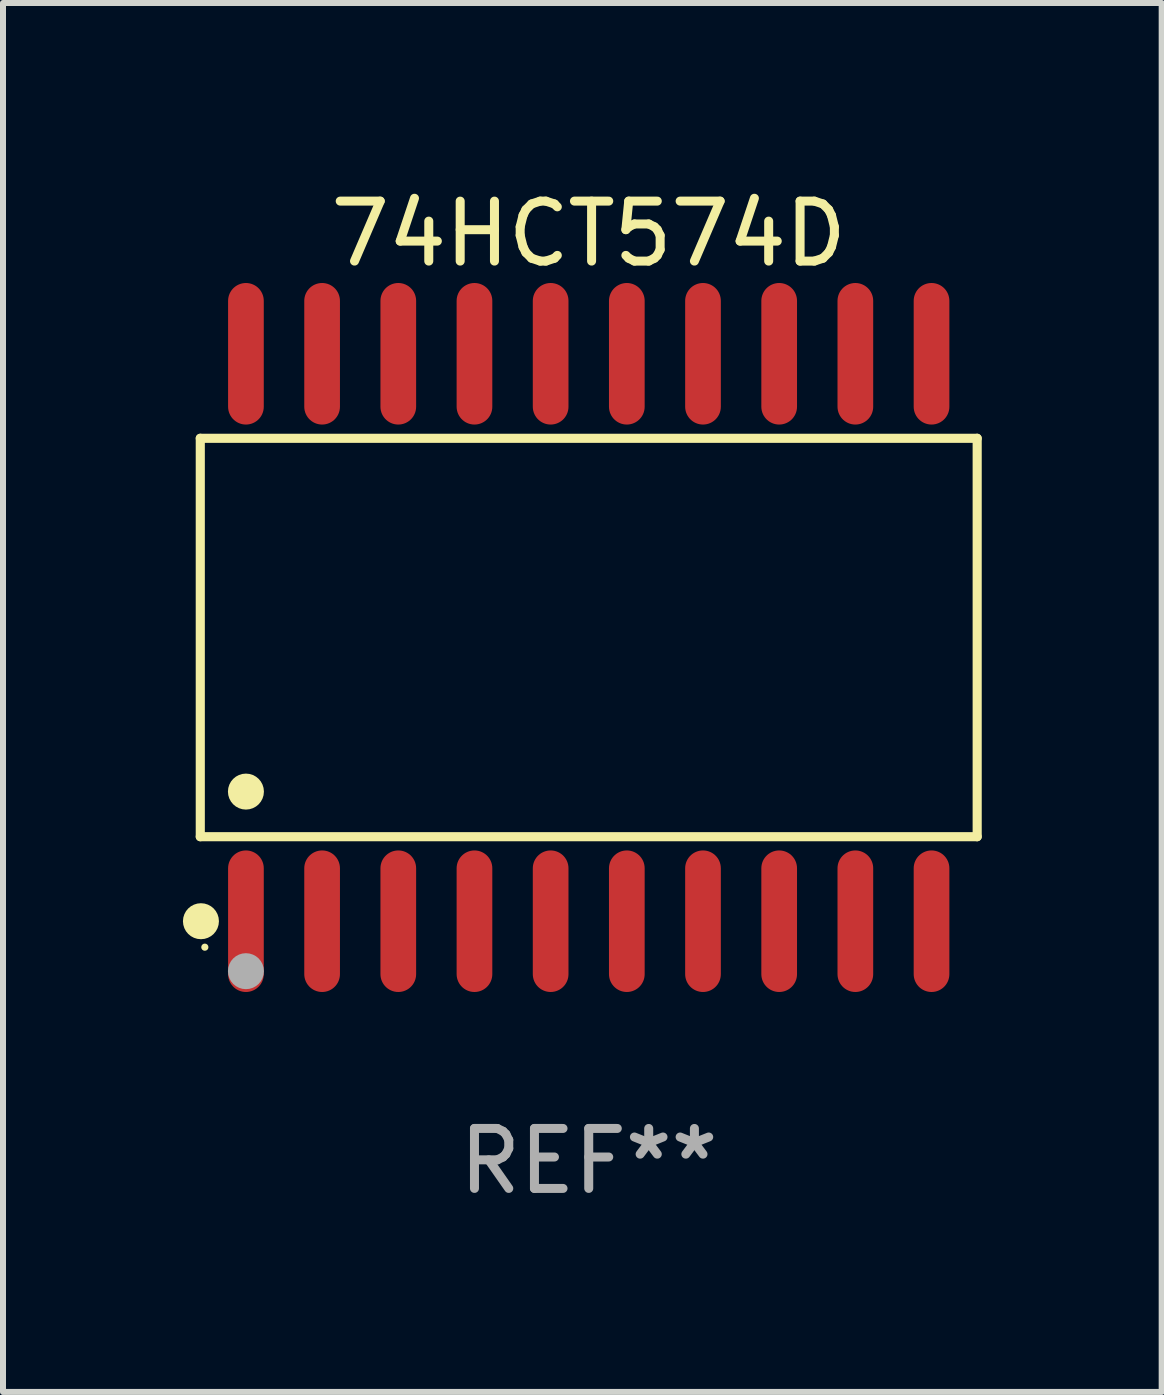
<source format=kicad_pcb>
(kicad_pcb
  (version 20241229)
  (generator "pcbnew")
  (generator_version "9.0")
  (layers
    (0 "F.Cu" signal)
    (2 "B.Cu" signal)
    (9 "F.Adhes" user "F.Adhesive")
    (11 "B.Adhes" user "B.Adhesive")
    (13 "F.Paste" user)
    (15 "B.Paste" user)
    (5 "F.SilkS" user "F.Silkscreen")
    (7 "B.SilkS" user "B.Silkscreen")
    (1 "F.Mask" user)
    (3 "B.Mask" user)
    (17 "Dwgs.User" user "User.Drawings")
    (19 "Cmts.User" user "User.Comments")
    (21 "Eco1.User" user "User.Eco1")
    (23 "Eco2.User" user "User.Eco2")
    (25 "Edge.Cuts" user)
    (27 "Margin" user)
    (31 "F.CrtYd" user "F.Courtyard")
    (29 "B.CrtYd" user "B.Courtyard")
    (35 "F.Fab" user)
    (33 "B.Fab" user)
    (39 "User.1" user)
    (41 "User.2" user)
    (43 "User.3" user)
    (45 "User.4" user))
  (footprint "74HCT574D"
    (layer "F.Cu")
    (at 6.765 7.578)
    (property "Reference" "74HCT574D" (at 0 -6.73 0) (layer "F.SilkS") (effects (font (size 1 1) (thickness 0.15))))
    (attr through_hole)
    (fp_line (start -6.476 -3.321) (end 6.476 -3.321) (stroke (width 0.152) (type solid)) (layer "F.SilkS"))
    (fp_line (start -6.476 3.321) (end -6.476 -3.321) (stroke (width 0.152) (type solid)) (layer "F.SilkS"))
    (fp_line (start 6.476 -3.321) (end 6.476 3.321) (stroke (width 0.152) (type solid)) (layer "F.SilkS"))
    (fp_line (start 6.476 3.321) (end -6.476 3.321) (stroke (width 0.152) (type solid)) (layer "F.SilkS"))
    (fp_circle (center -6.465 4.73) (end -6.315 4.73) (stroke (width 0.3) (type solid)) (fill no) (layer "F.SilkS"))
    (fp_circle (center -6.4 5.163) (end -6.37 5.163) (stroke (width 0.06) (type solid)) (fill no) (layer "F.SilkS"))
    (fp_circle (center -5.715 2.569) (end -5.565 2.569) (stroke (width 0.3) (type solid)) (fill no) (layer "F.SilkS"))
    (fp_circle (center -5.715 5.563) (end -5.565 5.563) (stroke (width 0.3) (type solid)) (fill no) (layer "F.Fab"))
    (fp_text user "REF**" (at 0 8.73 0) (layer "F.Fab") (effects (font (size 1 1) (thickness 0.15))))
    (pad "1" smd oval (at -5.715 4.73) (size 0.595 2.36) (layers "F.Cu" "F.Mask" "F.Paste"))
    (pad "2" smd oval (at -4.445 4.73) (size 0.595 2.36) (layers "F.Cu" "F.Mask" "F.Paste"))
    (pad "3" smd oval (at -3.175 4.73) (size 0.595 2.36) (layers "F.Cu" "F.Mask" "F.Paste"))
    (pad "4" smd oval (at -1.905 4.73) (size 0.595 2.36) (layers "F.Cu" "F.Mask" "F.Paste"))
    (pad "5" smd oval (at -0.635 4.73) (size 0.595 2.36) (layers "F.Cu" "F.Mask" "F.Paste"))
    (pad "6" smd oval (at 0.635 4.73) (size 0.595 2.36) (layers "F.Cu" "F.Mask" "F.Paste"))
    (pad "7" smd oval (at 1.905 4.73) (size 0.595 2.36) (layers "F.Cu" "F.Mask" "F.Paste"))
    (pad "8" smd oval (at 3.175 4.73) (size 0.595 2.36) (layers "F.Cu" "F.Mask" "F.Paste"))
    (pad "9" smd oval (at 4.445 4.73) (size 0.595 2.36) (layers "F.Cu" "F.Mask" "F.Paste"))
    (pad "10" smd oval (at 5.715 4.73) (size 0.595 2.36) (layers "F.Cu" "F.Mask" "F.Paste"))
    (pad "11" smd oval (at 5.715 -4.73) (size 0.595 2.36) (layers "F.Cu" "F.Mask" "F.Paste"))
    (pad "12" smd oval (at 4.445 -4.73) (size 0.595 2.36) (layers "F.Cu" "F.Mask" "F.Paste"))
    (pad "13" smd oval (at 3.175 -4.73) (size 0.595 2.36) (layers "F.Cu" "F.Mask" "F.Paste"))
    (pad "14" smd oval (at 1.905 -4.73) (size 0.595 2.36) (layers "F.Cu" "F.Mask" "F.Paste"))
    (pad "15" smd oval (at 0.635 -4.73) (size 0.595 2.36) (layers "F.Cu" "F.Mask" "F.Paste"))
    (pad "16" smd oval (at -0.635 -4.73) (size 0.595 2.36) (layers "F.Cu" "F.Mask" "F.Paste"))
    (pad "17" smd oval (at -1.905 -4.73) (size 0.595 2.36) (layers "F.Cu" "F.Mask" "F.Paste"))
    (pad "18" smd oval (at -3.175 -4.73) (size 0.595 2.36) (layers "F.Cu" "F.Mask" "F.Paste"))
    (pad "19" smd oval (at -4.445 -4.73) (size 0.595 2.36) (layers "F.Cu" "F.Mask" "F.Paste"))
    (pad "20" smd oval (at -5.715 -4.73) (size 0.595 2.36) (layers "F.Cu" "F.Mask" "F.Paste")))
  (gr_rect
    (start -3 -3)
    (end 16.317 20.156)
    (stroke (width 0.1) (type default))
    (fill no)
    (layer "Edge.Cuts")))
</source>
